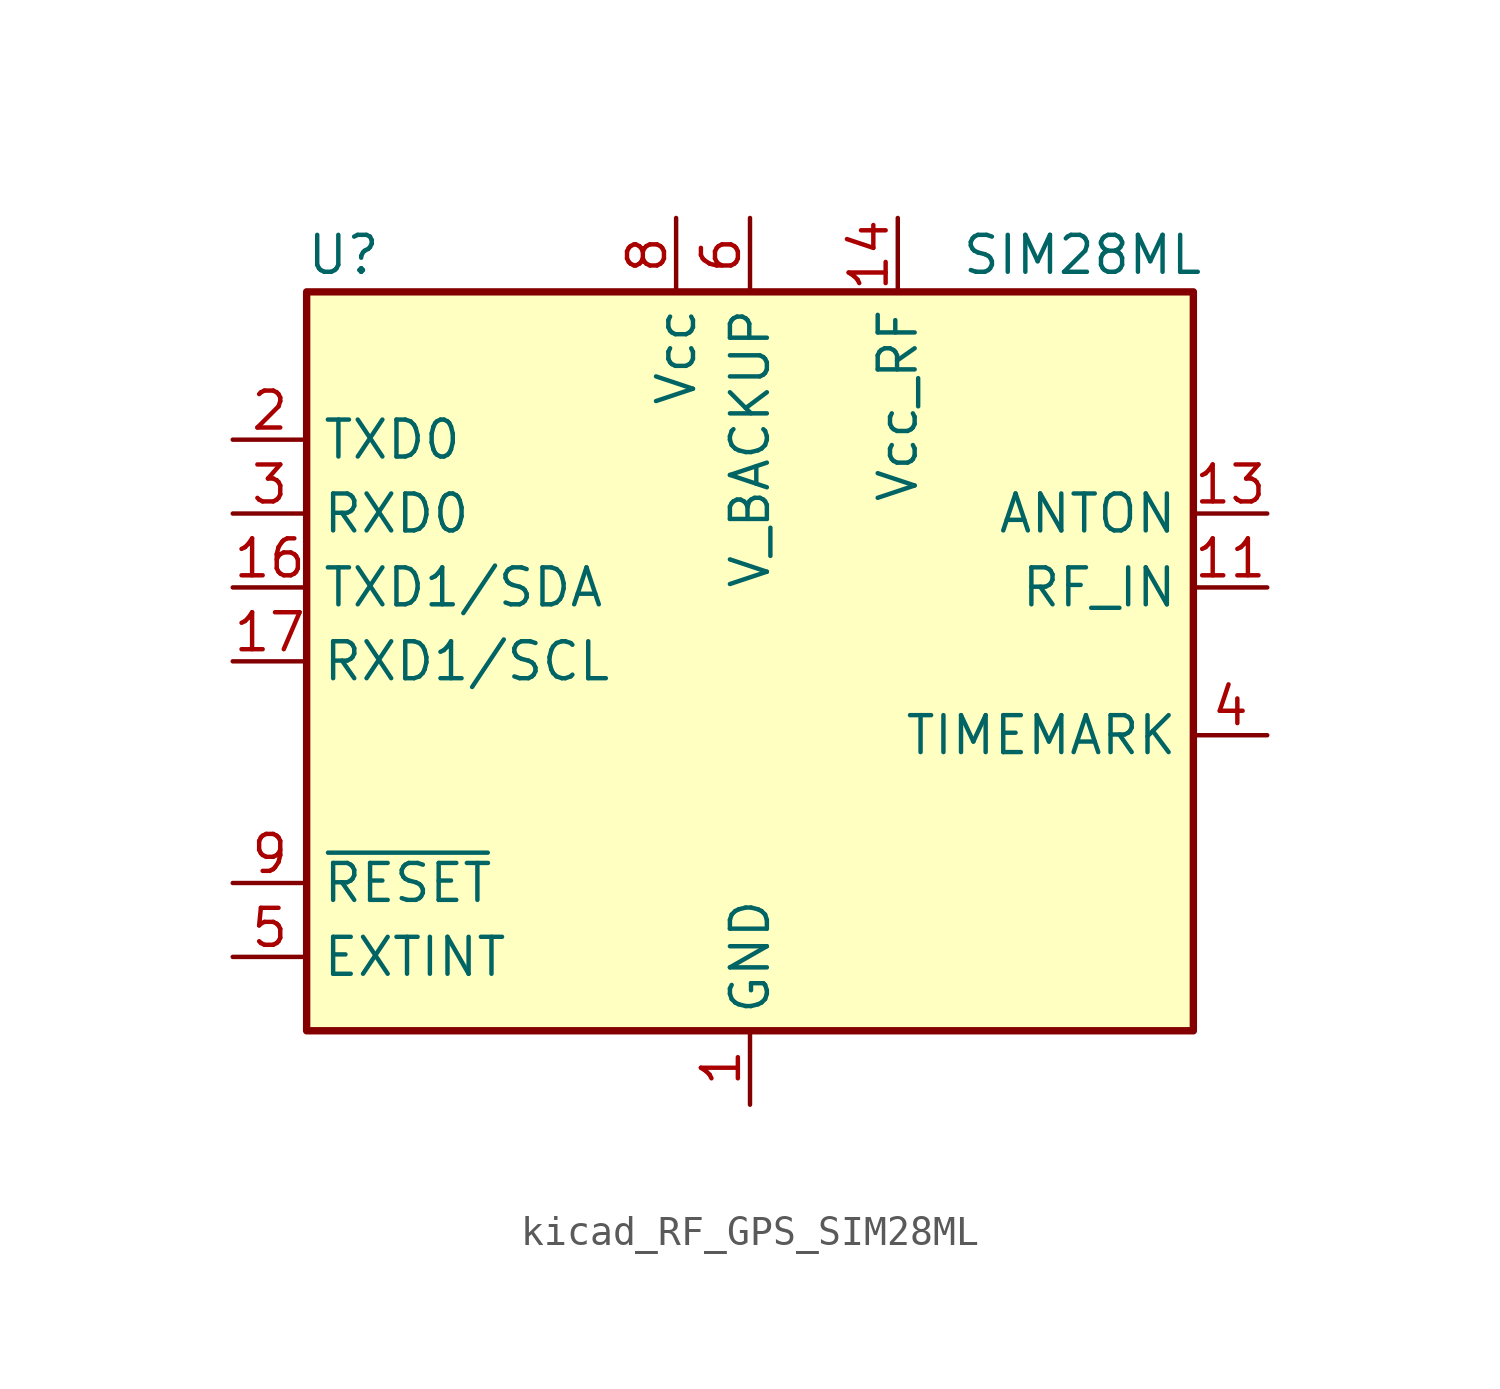
<source format=kicad_sym>
(kicad_symbol_lib
  (version 20220914)
  (generator kicad_symbol_editor)
  (symbol "kicad_RF_GPS_SIM28ML"
    (property "Reference" "U"
      (at -13.97 13.97 0)
      (effects (font (size 1.27 1.27))))
    (property "Value" "SIM28ML"
      (at 11.43 13.97 0)
      (effects (font (size 1.27 1.27))))
    (symbol "kicad_RF_GPS_SIM28ML_0_1"
      (rectangle (start -15.24 12.7) (end 15.24 -12.7) (stroke (width 0.254) (type default)) (fill (type background))))
    (symbol "kicad_RF_GPS_SIM28ML_1_1"
      (pin power_in line (at 0 -15.24 90) (length 2.54) (name "GND" (effects (font (size 1.27 1.27)))) (number "1" (effects (font (size 1.27 1.27)))))
      (pin passive line (at 0 -15.24 90) (length 2.54) hide (name "GND" (effects (font (size 1.27 1.27)))) (number "10" (effects (font (size 1.27 1.27)))))
      (pin input line (at 17.78 2.54 180) (length 2.54) (name "RF_IN" (effects (font (size 1.27 1.27)))) (number "11" (effects (font (size 1.27 1.27)))))
      (pin passive line (at 0 -15.24 90) (length 2.54) hide (name "GND" (effects (font (size 1.27 1.27)))) (number "12" (effects (font (size 1.27 1.27)))))
      (pin power_out line (at 17.78 5.08 180) (length 2.54) (name "ANTON" (effects (font (size 1.27 1.27)))) (number "13" (effects (font (size 1.27 1.27)))))
      (pin power_out line (at 5.08 15.24 270) (length 2.54) (name "Vcc_RF" (effects (font (size 1.27 1.27)))) (number "14" (effects (font (size 1.27 1.27)))))
      (pin no_connect line (at 15.24 -7.62 180) (length 2.54) hide (name "NC" (effects (font (size 1.27 1.27)))) (number "15" (effects (font (size 1.27 1.27)))))
      (pin bidirectional line (at -17.78 2.54 0) (length 2.54) (name "TXD1/SDA" (effects (font (size 1.27 1.27)))) (number "16" (effects (font (size 1.27 1.27)))))
      (pin input line (at -17.78 0 0) (length 2.54) (name "RXD1/SCL" (effects (font (size 1.27 1.27)))) (number "17" (effects (font (size 1.27 1.27)))))
      (pin no_connect line (at 15.24 -10.16 180) (length 2.54) hide (name "NC" (effects (font (size 1.27 1.27)))) (number "18" (effects (font (size 1.27 1.27)))))
      (pin output line (at -17.78 7.62 0) (length 2.54) (name "TXD0" (effects (font (size 1.27 1.27)))) (number "2" (effects (font (size 1.27 1.27)))))
      (pin input line (at -17.78 5.08 0) (length 2.54) (name "RXD0" (effects (font (size 1.27 1.27)))) (number "3" (effects (font (size 1.27 1.27)))))
      (pin output line (at 17.78 -2.54 180) (length 2.54) (name "TIMEMARK" (effects (font (size 1.27 1.27)))) (number "4" (effects (font (size 1.27 1.27)))))
      (pin input line (at -17.78 -10.16 0) (length 2.54) (name "EXTINT" (effects (font (size 1.27 1.27)))) (number "5" (effects (font (size 1.27 1.27)))))
      (pin power_in line (at 0 15.24 270) (length 2.54) (name "V_BACKUP" (effects (font (size 1.27 1.27)))) (number "6" (effects (font (size 1.27 1.27)))))
      (pin no_connect line (at 15.24 -5.08 180) (length 2.54) hide (name "NC" (effects (font (size 1.27 1.27)))) (number "7" (effects (font (size 1.27 1.27)))))
      (pin power_in line (at -2.54 15.24 270) (length 2.54) (name "Vcc" (effects (font (size 1.27 1.27)))) (number "8" (effects (font (size 1.27 1.27)))))
      (pin input line (at -17.78 -7.62 0) (length 2.54) (name "~{RESET}" (effects (font (size 1.27 1.27)))) (number "9" (effects (font (size 1.27 1.27))))))))
</source>
